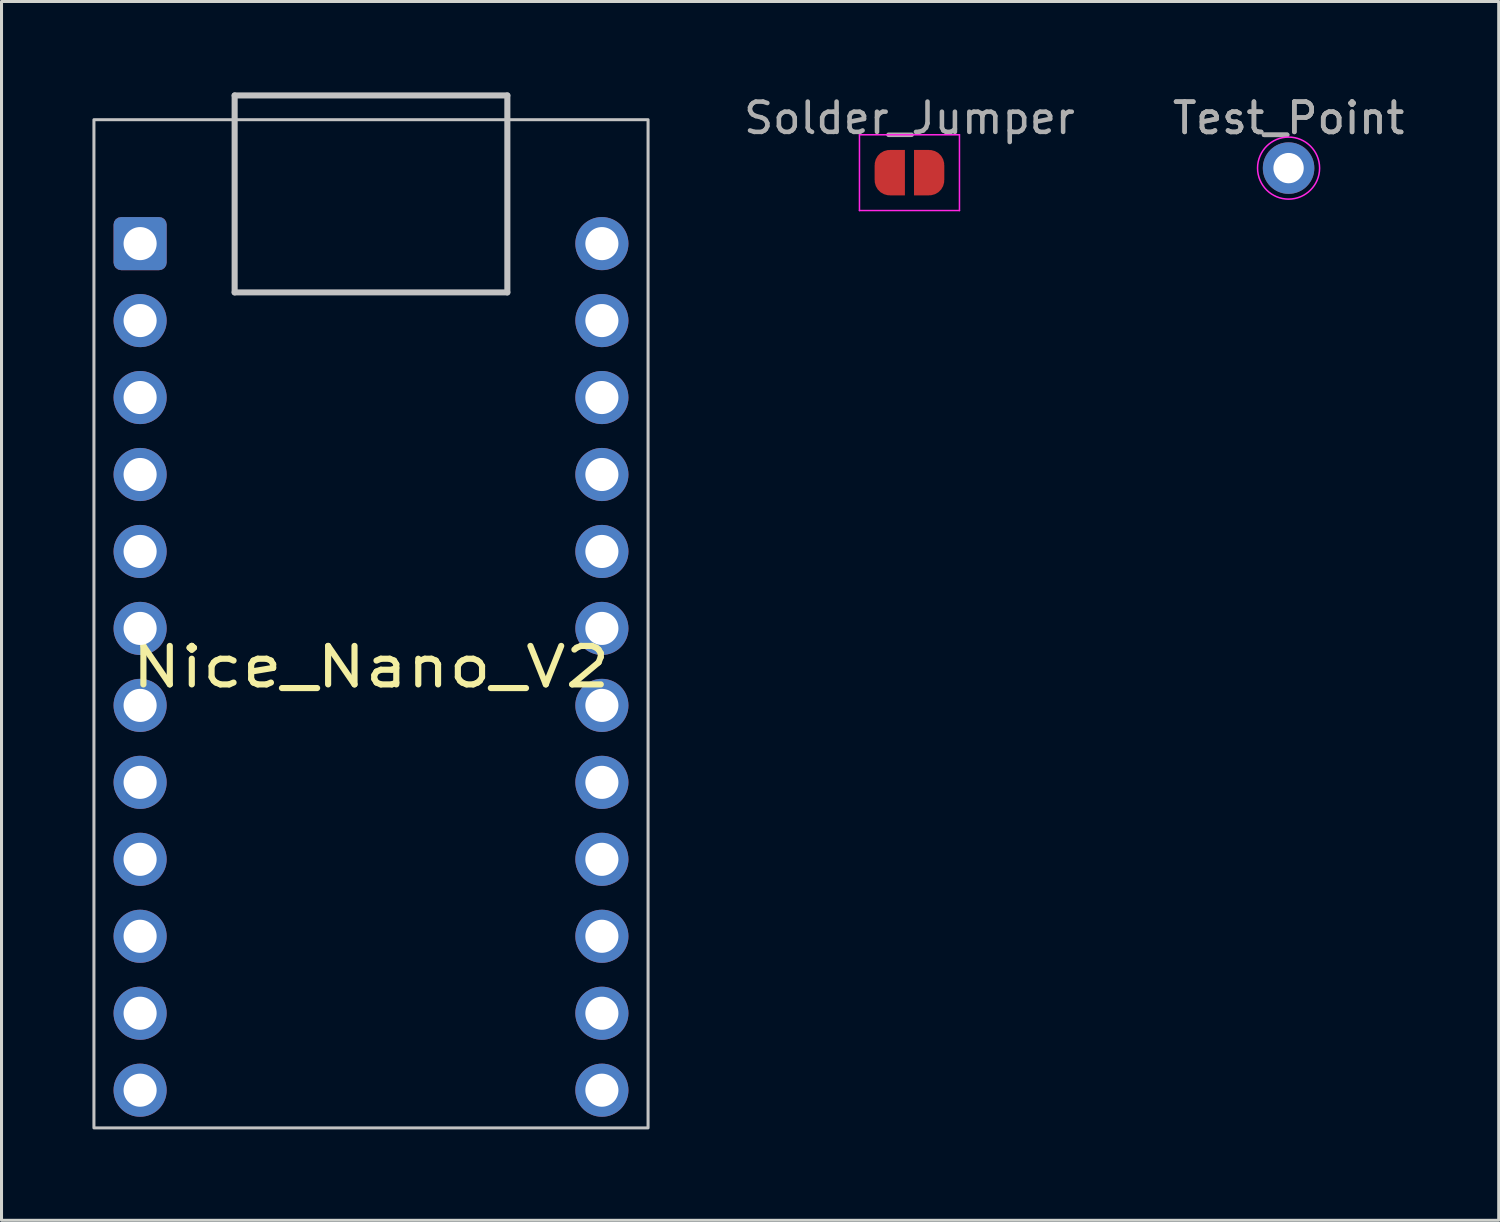
<source format=kicad_pcb>
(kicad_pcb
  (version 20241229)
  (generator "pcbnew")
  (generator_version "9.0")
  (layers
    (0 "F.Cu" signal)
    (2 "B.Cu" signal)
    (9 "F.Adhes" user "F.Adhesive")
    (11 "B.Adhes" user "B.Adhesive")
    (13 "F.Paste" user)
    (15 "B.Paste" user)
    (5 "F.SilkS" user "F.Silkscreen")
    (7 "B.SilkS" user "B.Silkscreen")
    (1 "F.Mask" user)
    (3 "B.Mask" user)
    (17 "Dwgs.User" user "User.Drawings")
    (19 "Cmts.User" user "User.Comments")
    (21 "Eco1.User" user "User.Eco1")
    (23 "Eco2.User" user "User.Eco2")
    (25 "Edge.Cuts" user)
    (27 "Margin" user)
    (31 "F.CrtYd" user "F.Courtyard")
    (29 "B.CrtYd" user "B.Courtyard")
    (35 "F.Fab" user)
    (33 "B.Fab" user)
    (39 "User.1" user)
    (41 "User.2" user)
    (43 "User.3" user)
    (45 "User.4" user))
  (footprint "Solder_Jumper"
    (layer "F.Cu")
    (at 26.965 2.648)
    (property "Reference" "Solder_Jumper" (at 0 -1.8 0) (layer "F.Fab") (effects (font (size 1 1) (thickness 0.15))))
    (attr exclude_from_pos_files exclude_from_bom allow_soldermask_bridges)
    (fp_line (start -1.65 -1.25) (end -1.65 1.25) (stroke (width 0.05) (type solid)) (layer "F.CrtYd"))
    (fp_line (start -1.65 -1.25) (end 1.65 -1.25) (stroke (width 0.05) (type solid)) (layer "F.CrtYd"))
    (fp_line (start 1.65 1.25) (end -1.65 1.25) (stroke (width 0.05) (type solid)) (layer "F.CrtYd"))
    (fp_line (start 1.65 1.25) (end 1.65 -1.25) (stroke (width 0.05) (type solid)) (layer "F.CrtYd"))
    (pad "1" smd custom (at -0.65 0) (size 1 0.5) (layers "F.Cu" "F.Mask") (options (anchor rect)) (primitives (gr_circle (center 0 0.25) (end 0.5 0.25) (width 0) (fill yes)) (gr_circle (center 0 -0.25) (end 0.5 -0.25) (width 0) (fill yes)) (gr_poly (pts (xy 0.5 0.75) (xy 0 0.75) (xy 0 -0.75) (xy 0.5 -0.75)) (width 0) (fill yes))))
    (pad "2" smd custom (at 0.65 0) (size 1 0.5) (layers "F.Cu" "F.Mask") (options (anchor rect)) (primitives (gr_circle (center 0 0.25) (end 0.5 0.25) (width 0) (fill yes)) (gr_circle (center 0 -0.25) (end 0.5 -0.25) (width 0) (fill yes)) (gr_poly (pts (xy 0 0.75) (xy -0.5 0.75) (xy -0.5 -0.75) (xy 0 -0.75)) (width 0) (fill yes)))))
  (footprint "Nice_Nano_V2"
    (layer "F.Cu")
    (at 9.194 18.68)
    (property "Reference" "Nice_Nano_V2" (at 0 0.28 0) (layer "F.SilkS") (effects (font (size 1.27 1.524) (thickness 0.203))))
    (attr through_hole)
    (fp_line (start -4.5 -18.58) (end -4.5 -12.08) (stroke (width 0.2) (type default)) (layer "Dwgs.User"))
    (fp_line (start -4.5 -18.58) (end 4.5 -18.58) (stroke (width 0.2) (type default)) (layer "Dwgs.User"))
    (fp_line (start -4.5 -12.08) (end 4.5 -12.08) (stroke (width 0.2) (type default)) (layer "Dwgs.User"))
    (fp_line (start 4.5 -18.58) (end 4.5 -12.08) (stroke (width 0.2) (type default)) (layer "Dwgs.User"))
    (fp_rect (start -9.144 -17.78) (end 9.144 15.494) (stroke (width 0.1) (type default)) (fill no) (layer "Dwgs.User"))
    (pad "1" thru_hole roundrect (at -7.62 -13.69 270) (size 1.753 1.753) (drill 1.092) (layers "*.Cu" "*.Mask") (roundrect_rratio 0.143))
    (pad "2" thru_hole circle (at -7.62 -11.15 270) (size 1.753 1.753) (drill 1.092) (layers "*.Cu" "*.Mask"))
    (pad "3" thru_hole circle (at -7.62 -8.61 270) (size 1.753 1.753) (drill 1.092) (layers "*.Cu" "*.Mask"))
    (pad "4" thru_hole circle (at -7.62 -6.07 270) (size 1.753 1.753) (drill 1.092) (layers "*.Cu" "*.Mask"))
    (pad "5" thru_hole circle (at -7.62 -3.53 270) (size 1.753 1.753) (drill 1.092) (layers "*.Cu" "*.Mask"))
    (pad "6" thru_hole circle (at -7.62 -0.99 270) (size 1.753 1.753) (drill 1.092) (layers "*.Cu" "*.Mask"))
    (pad "7" thru_hole circle (at -7.62 1.55 270) (size 1.753 1.753) (drill 1.092) (layers "*.Cu" "*.Mask"))
    (pad "8" thru_hole circle (at -7.62 4.09 270) (size 1.753 1.753) (drill 1.092) (layers "*.Cu" "*.Mask"))
    (pad "9" thru_hole circle (at -7.62 6.63 270) (size 1.753 1.753) (drill 1.092) (layers "*.Cu" "*.Mask"))
    (pad "10" thru_hole circle (at -7.62 9.17 270) (size 1.753 1.753) (drill 1.092) (layers "*.Cu" "*.Mask"))
    (pad "11" thru_hole circle (at -7.62 11.71 270) (size 1.753 1.753) (drill 1.092) (layers "*.Cu" "*.Mask"))
    (pad "12" thru_hole circle (at -7.62 14.25 270) (size 1.753 1.753) (drill 1.092) (layers "*.Cu" "*.Mask"))
    (pad "13" thru_hole circle (at 7.62 14.25 270) (size 1.753 1.753) (drill 1.092) (layers "*.Cu" "*.Mask"))
    (pad "14" thru_hole circle (at 7.62 11.71 270) (size 1.753 1.753) (drill 1.092) (layers "*.Cu" "*.Mask"))
    (pad "15" thru_hole circle (at 7.62 9.17 270) (size 1.753 1.753) (drill 1.092) (layers "*.Cu" "*.Mask"))
    (pad "16" thru_hole circle (at 7.62 6.63 270) (size 1.753 1.753) (drill 1.092) (layers "*.Cu" "*.Mask"))
    (pad "17" thru_hole circle (at 7.62 4.09 270) (size 1.753 1.753) (drill 1.092) (layers "*.Cu" "*.Mask"))
    (pad "18" thru_hole circle (at 7.62 1.55 270) (size 1.753 1.753) (drill 1.092) (layers "*.Cu" "*.Mask"))
    (pad "19" thru_hole circle (at 7.62 -0.99 270) (size 1.753 1.753) (drill 1.092) (layers "*.Cu" "*.Mask"))
    (pad "20" thru_hole circle (at 7.62 -3.53 270) (size 1.753 1.753) (drill 1.092) (layers "*.Cu" "*.Mask"))
    (pad "21" thru_hole circle (at 7.62 -6.07 270) (size 1.753 1.753) (drill 1.092) (layers "*.Cu" "*.Mask"))
    (pad "22" thru_hole circle (at 7.62 -8.61 270) (size 1.753 1.753) (drill 1.092) (layers "*.Cu" "*.Mask"))
    (pad "23" thru_hole circle (at 7.62 -11.15 270) (size 1.753 1.753) (drill 1.092) (layers "*.Cu" "*.Mask"))
    (pad "24" thru_hole circle (at 7.62 -13.69 270) (size 1.753 1.753) (drill 1.092) (layers "*.Cu" "*.Mask")))
  (footprint "Test_Point"
    (layer "F.Cu")
    (at 39.477 2.498)
    (property "Reference" "Test_Point" (at 0 -1.648 0) (layer "F.Fab") (effects (font (size 1 1) (thickness 0.15))))
    (attr exclude_from_pos_files exclude_from_bom)
    (fp_circle (center 0 0) (end 0.889 0.508) (stroke (width 0.05) (type default)) (fill no) (layer "F.CrtYd"))
    (fp_text user "${REFERENCE}" (at 0 -1.65 0) (layer "F.Fab") (effects (font (size 1 1) (thickness 0.15))))
    (pad "1" thru_hole circle (at 0 0) (size 1.7 1.7) (drill 1) (layers "*.Cu" "*.Mask")))
  (gr_rect
    (start -3 -3)
    (end 46.412 37.224)
    (stroke (width 0.1) (type default))
    (fill no)
    (layer "Edge.Cuts")))
</source>
